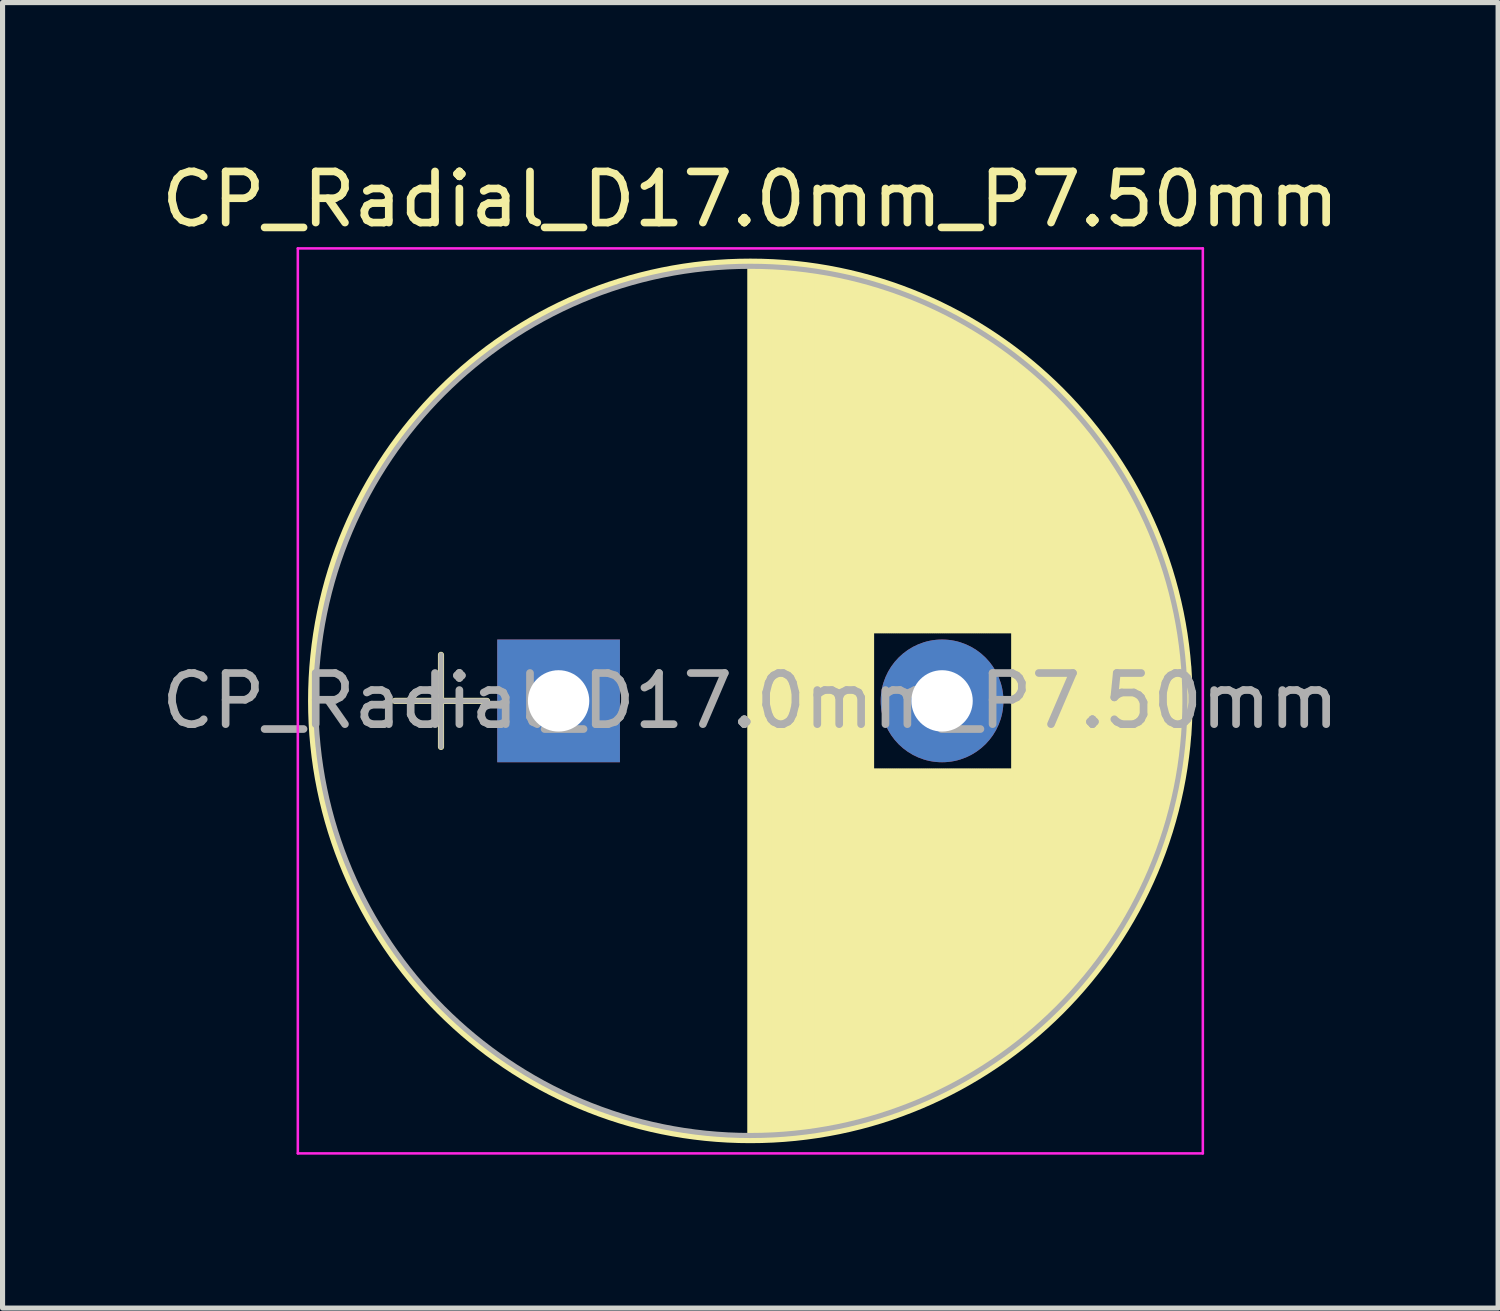
<source format=kicad_pcb>
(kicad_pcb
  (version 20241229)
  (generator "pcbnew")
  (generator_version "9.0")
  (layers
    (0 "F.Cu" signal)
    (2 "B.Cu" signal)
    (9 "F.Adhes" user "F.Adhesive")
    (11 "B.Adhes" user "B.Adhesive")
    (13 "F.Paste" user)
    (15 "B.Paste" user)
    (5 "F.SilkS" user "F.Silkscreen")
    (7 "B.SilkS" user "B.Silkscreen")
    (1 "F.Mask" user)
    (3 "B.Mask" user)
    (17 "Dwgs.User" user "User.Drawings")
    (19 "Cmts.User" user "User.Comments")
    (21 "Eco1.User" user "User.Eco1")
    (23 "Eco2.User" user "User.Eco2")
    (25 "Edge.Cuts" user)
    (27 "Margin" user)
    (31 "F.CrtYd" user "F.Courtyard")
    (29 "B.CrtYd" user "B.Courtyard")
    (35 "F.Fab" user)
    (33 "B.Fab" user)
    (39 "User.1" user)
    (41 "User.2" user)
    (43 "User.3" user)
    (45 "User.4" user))
  (footprint "CP_Radial_D17.0mm_P7.50mm"
    (layer "F.Cu")
    (at 7.875 10.658)
    (property "Reference" "CP_Radial_D17.0mm_P7.50mm" (at 3.75 -9.81 0) (layer "F.SilkS") (effects (font (size 1 1) (thickness 0.15))))
    (attr through_hole)
    (fp_line (start -3.2 0) (end -1.4 0) (stroke (width 0.12) (type solid)) (layer "F.SilkS"))
    (fp_line (start -2.3 -0.9) (end -2.3 0.9) (stroke (width 0.12) (type solid)) (layer "F.SilkS"))
    (fp_line (start 3.75 -8.55) (end 3.75 8.55) (stroke (width 0.12) (type solid)) (layer "F.SilkS"))
    (fp_line (start 3.79 -8.55) (end 3.79 8.55) (stroke (width 0.12) (type solid)) (layer "F.SilkS"))
    (fp_line (start 3.83 -8.55) (end 3.83 8.55) (stroke (width 0.12) (type solid)) (layer "F.SilkS"))
    (fp_line (start 3.87 -8.55) (end 3.87 8.55) (stroke (width 0.12) (type solid)) (layer "F.SilkS"))
    (fp_line (start 3.91 -8.549) (end 3.91 8.549) (stroke (width 0.12) (type solid)) (layer "F.SilkS"))
    (fp_line (start 3.95 -8.548) (end 3.95 8.548) (stroke (width 0.12) (type solid)) (layer "F.SilkS"))
    (fp_line (start 3.99 -8.547) (end 3.99 8.547) (stroke (width 0.12) (type solid)) (layer "F.SilkS"))
    (fp_line (start 4.03 -8.546) (end 4.03 8.546) (stroke (width 0.12) (type solid)) (layer "F.SilkS"))
    (fp_line (start 4.07 -8.545) (end 4.07 8.545) (stroke (width 0.12) (type solid)) (layer "F.SilkS"))
    (fp_line (start 4.11 -8.543) (end 4.11 8.543) (stroke (width 0.12) (type solid)) (layer "F.SilkS"))
    (fp_line (start 4.15 -8.541) (end 4.15 8.541) (stroke (width 0.12) (type solid)) (layer "F.SilkS"))
    (fp_line (start 4.19 -8.539) (end 4.19 8.539) (stroke (width 0.12) (type solid)) (layer "F.SilkS"))
    (fp_line (start 4.23 -8.537) (end 4.23 8.537) (stroke (width 0.12) (type solid)) (layer "F.SilkS"))
    (fp_line (start 4.27 -8.535) (end 4.27 8.535) (stroke (width 0.12) (type solid)) (layer "F.SilkS"))
    (fp_line (start 4.31 -8.532) (end 4.31 8.532) (stroke (width 0.12) (type solid)) (layer "F.SilkS"))
    (fp_line (start 4.35 -8.53) (end 4.35 8.53) (stroke (width 0.12) (type solid)) (layer "F.SilkS"))
    (fp_line (start 4.39 -8.527) (end 4.39 8.527) (stroke (width 0.12) (type solid)) (layer "F.SilkS"))
    (fp_line (start 4.43 -8.524) (end 4.43 8.524) (stroke (width 0.12) (type solid)) (layer "F.SilkS"))
    (fp_line (start 4.471 -8.52) (end 4.471 8.52) (stroke (width 0.12) (type solid)) (layer "F.SilkS"))
    (fp_line (start 4.511 -8.517) (end 4.511 8.517) (stroke (width 0.12) (type solid)) (layer "F.SilkS"))
    (fp_line (start 4.551 -8.513) (end 4.551 8.513) (stroke (width 0.12) (type solid)) (layer "F.SilkS"))
    (fp_line (start 4.591 -8.509) (end 4.591 8.509) (stroke (width 0.12) (type solid)) (layer "F.SilkS"))
    (fp_line (start 4.631 -8.505) (end 4.631 8.505) (stroke (width 0.12) (type solid)) (layer "F.SilkS"))
    (fp_line (start 4.671 -8.501) (end 4.671 8.501) (stroke (width 0.12) (type solid)) (layer "F.SilkS"))
    (fp_line (start 4.711 -8.497) (end 4.711 8.497) (stroke (width 0.12) (type solid)) (layer "F.SilkS"))
    (fp_line (start 4.751 -8.492) (end 4.751 8.492) (stroke (width 0.12) (type solid)) (layer "F.SilkS"))
    (fp_line (start 4.791 -8.487) (end 4.791 8.487) (stroke (width 0.12) (type solid)) (layer "F.SilkS"))
    (fp_line (start 4.831 -8.482) (end 4.831 8.482) (stroke (width 0.12) (type solid)) (layer "F.SilkS"))
    (fp_line (start 4.871 -8.477) (end 4.871 8.477) (stroke (width 0.12) (type solid)) (layer "F.SilkS"))
    (fp_line (start 4.911 -8.472) (end 4.911 8.472) (stroke (width 0.12) (type solid)) (layer "F.SilkS"))
    (fp_line (start 4.951 -8.466) (end 4.951 8.466) (stroke (width 0.12) (type solid)) (layer "F.SilkS"))
    (fp_line (start 4.991 -8.461) (end 4.991 8.461) (stroke (width 0.12) (type solid)) (layer "F.SilkS"))
    (fp_line (start 5.031 -8.455) (end 5.031 8.455) (stroke (width 0.12) (type solid)) (layer "F.SilkS"))
    (fp_line (start 5.071 -8.448) (end 5.071 8.448) (stroke (width 0.12) (type solid)) (layer "F.SilkS"))
    (fp_line (start 5.111 -8.442) (end 5.111 8.442) (stroke (width 0.12) (type solid)) (layer "F.SilkS"))
    (fp_line (start 5.151 -8.436) (end 5.151 8.436) (stroke (width 0.12) (type solid)) (layer "F.SilkS"))
    (fp_line (start 5.191 -8.429) (end 5.191 8.429) (stroke (width 0.12) (type solid)) (layer "F.SilkS"))
    (fp_line (start 5.231 -8.422) (end 5.231 8.422) (stroke (width 0.12) (type solid)) (layer "F.SilkS"))
    (fp_line (start 5.271 -8.415) (end 5.271 8.415) (stroke (width 0.12) (type solid)) (layer "F.SilkS"))
    (fp_line (start 5.311 -8.408) (end 5.311 8.408) (stroke (width 0.12) (type solid)) (layer "F.SilkS"))
    (fp_line (start 5.351 -8.4) (end 5.351 8.4) (stroke (width 0.12) (type solid)) (layer "F.SilkS"))
    (fp_line (start 5.391 -8.392) (end 5.391 8.392) (stroke (width 0.12) (type solid)) (layer "F.SilkS"))
    (fp_line (start 5.431 -8.385) (end 5.431 8.385) (stroke (width 0.12) (type solid)) (layer "F.SilkS"))
    (fp_line (start 5.471 -8.377) (end 5.471 8.377) (stroke (width 0.12) (type solid)) (layer "F.SilkS"))
    (fp_line (start 5.511 -8.368) (end 5.511 8.368) (stroke (width 0.12) (type solid)) (layer "F.SilkS"))
    (fp_line (start 5.551 -8.36) (end 5.551 8.36) (stroke (width 0.12) (type solid)) (layer "F.SilkS"))
    (fp_line (start 5.591 -8.351) (end 5.591 8.351) (stroke (width 0.12) (type solid)) (layer "F.SilkS"))
    (fp_line (start 5.631 -8.342) (end 5.631 8.342) (stroke (width 0.12) (type solid)) (layer "F.SilkS"))
    (fp_line (start 5.671 -8.333) (end 5.671 8.333) (stroke (width 0.12) (type solid)) (layer "F.SilkS"))
    (fp_line (start 5.711 -8.324) (end 5.711 8.324) (stroke (width 0.12) (type solid)) (layer "F.SilkS"))
    (fp_line (start 5.751 -8.314) (end 5.751 8.314) (stroke (width 0.12) (type solid)) (layer "F.SilkS"))
    (fp_line (start 5.791 -8.305) (end 5.791 8.305) (stroke (width 0.12) (type solid)) (layer "F.SilkS"))
    (fp_line (start 5.831 -8.295) (end 5.831 8.295) (stroke (width 0.12) (type solid)) (layer "F.SilkS"))
    (fp_line (start 5.871 -8.285) (end 5.871 8.285) (stroke (width 0.12) (type solid)) (layer "F.SilkS"))
    (fp_line (start 5.911 -8.274) (end 5.911 8.274) (stroke (width 0.12) (type solid)) (layer "F.SilkS"))
    (fp_line (start 5.951 -8.264) (end 5.951 8.264) (stroke (width 0.12) (type solid)) (layer "F.SilkS"))
    (fp_line (start 5.991 -8.253) (end 5.991 8.253) (stroke (width 0.12) (type solid)) (layer "F.SilkS"))
    (fp_line (start 6.031 -8.242) (end 6.031 8.242) (stroke (width 0.12) (type solid)) (layer "F.SilkS"))
    (fp_line (start 6.071 -8.231) (end 6.071 8.231) (stroke (width 0.12) (type solid)) (layer "F.SilkS"))
    (fp_line (start 6.111 -8.22) (end 6.111 8.22) (stroke (width 0.12) (type solid)) (layer "F.SilkS"))
    (fp_line (start 6.151 -8.208) (end 6.151 -1.38) (stroke (width 0.12) (type solid)) (layer "F.SilkS"))
    (fp_line (start 6.151 1.38) (end 6.151 8.208) (stroke (width 0.12) (type solid)) (layer "F.SilkS"))
    (fp_line (start 6.191 -8.197) (end 6.191 -1.38) (stroke (width 0.12) (type solid)) (layer "F.SilkS"))
    (fp_line (start 6.191 1.38) (end 6.191 8.197) (stroke (width 0.12) (type solid)) (layer "F.SilkS"))
    (fp_line (start 6.231 -8.185) (end 6.231 -1.38) (stroke (width 0.12) (type solid)) (layer "F.SilkS"))
    (fp_line (start 6.231 1.38) (end 6.231 8.185) (stroke (width 0.12) (type solid)) (layer "F.SilkS"))
    (fp_line (start 6.271 -8.173) (end 6.271 -1.38) (stroke (width 0.12) (type solid)) (layer "F.SilkS"))
    (fp_line (start 6.271 1.38) (end 6.271 8.173) (stroke (width 0.12) (type solid)) (layer "F.SilkS"))
    (fp_line (start 6.311 -8.16) (end 6.311 -1.38) (stroke (width 0.12) (type solid)) (layer "F.SilkS"))
    (fp_line (start 6.311 1.38) (end 6.311 8.16) (stroke (width 0.12) (type solid)) (layer "F.SilkS"))
    (fp_line (start 6.351 -8.148) (end 6.351 -1.38) (stroke (width 0.12) (type solid)) (layer "F.SilkS"))
    (fp_line (start 6.351 1.38) (end 6.351 8.148) (stroke (width 0.12) (type solid)) (layer "F.SilkS"))
    (fp_line (start 6.391 -8.135) (end 6.391 -1.38) (stroke (width 0.12) (type solid)) (layer "F.SilkS"))
    (fp_line (start 6.391 1.38) (end 6.391 8.135) (stroke (width 0.12) (type solid)) (layer "F.SilkS"))
    (fp_line (start 6.431 -8.122) (end 6.431 -1.38) (stroke (width 0.12) (type solid)) (layer "F.SilkS"))
    (fp_line (start 6.431 1.38) (end 6.431 8.122) (stroke (width 0.12) (type solid)) (layer "F.SilkS"))
    (fp_line (start 6.471 -8.108) (end 6.471 -1.38) (stroke (width 0.12) (type solid)) (layer "F.SilkS"))
    (fp_line (start 6.471 1.38) (end 6.471 8.108) (stroke (width 0.12) (type solid)) (layer "F.SilkS"))
    (fp_line (start 6.511 -8.095) (end 6.511 -1.38) (stroke (width 0.12) (type solid)) (layer "F.SilkS"))
    (fp_line (start 6.511 1.38) (end 6.511 8.095) (stroke (width 0.12) (type solid)) (layer "F.SilkS"))
    (fp_line (start 6.551 -8.081) (end 6.551 -1.38) (stroke (width 0.12) (type solid)) (layer "F.SilkS"))
    (fp_line (start 6.551 1.38) (end 6.551 8.081) (stroke (width 0.12) (type solid)) (layer "F.SilkS"))
    (fp_line (start 6.591 -8.067) (end 6.591 -1.38) (stroke (width 0.12) (type solid)) (layer "F.SilkS"))
    (fp_line (start 6.591 1.38) (end 6.591 8.067) (stroke (width 0.12) (type solid)) (layer "F.SilkS"))
    (fp_line (start 6.631 -8.053) (end 6.631 -1.38) (stroke (width 0.12) (type solid)) (layer "F.SilkS"))
    (fp_line (start 6.631 1.38) (end 6.631 8.053) (stroke (width 0.12) (type solid)) (layer "F.SilkS"))
    (fp_line (start 6.671 -8.039) (end 6.671 -1.38) (stroke (width 0.12) (type solid)) (layer "F.SilkS"))
    (fp_line (start 6.671 1.38) (end 6.671 8.039) (stroke (width 0.12) (type solid)) (layer "F.SilkS"))
    (fp_line (start 6.711 -8.024) (end 6.711 -1.38) (stroke (width 0.12) (type solid)) (layer "F.SilkS"))
    (fp_line (start 6.711 1.38) (end 6.711 8.024) (stroke (width 0.12) (type solid)) (layer "F.SilkS"))
    (fp_line (start 6.751 -8.01) (end 6.751 -1.38) (stroke (width 0.12) (type solid)) (layer "F.SilkS"))
    (fp_line (start 6.751 1.38) (end 6.751 8.01) (stroke (width 0.12) (type solid)) (layer "F.SilkS"))
    (fp_line (start 6.791 -7.995) (end 6.791 -1.38) (stroke (width 0.12) (type solid)) (layer "F.SilkS"))
    (fp_line (start 6.791 1.38) (end 6.791 7.995) (stroke (width 0.12) (type solid)) (layer "F.SilkS"))
    (fp_line (start 6.831 -7.979) (end 6.831 -1.38) (stroke (width 0.12) (type solid)) (layer "F.SilkS"))
    (fp_line (start 6.831 1.38) (end 6.831 7.979) (stroke (width 0.12) (type solid)) (layer "F.SilkS"))
    (fp_line (start 6.871 -7.964) (end 6.871 -1.38) (stroke (width 0.12) (type solid)) (layer "F.SilkS"))
    (fp_line (start 6.871 1.38) (end 6.871 7.964) (stroke (width 0.12) (type solid)) (layer "F.SilkS"))
    (fp_line (start 6.911 -7.948) (end 6.911 -1.38) (stroke (width 0.12) (type solid)) (layer "F.SilkS"))
    (fp_line (start 6.911 1.38) (end 6.911 7.948) (stroke (width 0.12) (type solid)) (layer "F.SilkS"))
    (fp_line (start 6.951 -7.932) (end 6.951 -1.38) (stroke (width 0.12) (type solid)) (layer "F.SilkS"))
    (fp_line (start 6.951 1.38) (end 6.951 7.932) (stroke (width 0.12) (type solid)) (layer "F.SilkS"))
    (fp_line (start 6.991 -7.916) (end 6.991 -1.38) (stroke (width 0.12) (type solid)) (layer "F.SilkS"))
    (fp_line (start 6.991 1.38) (end 6.991 7.916) (stroke (width 0.12) (type solid)) (layer "F.SilkS"))
    (fp_line (start 7.031 -7.9) (end 7.031 -1.38) (stroke (width 0.12) (type solid)) (layer "F.SilkS"))
    (fp_line (start 7.031 1.38) (end 7.031 7.9) (stroke (width 0.12) (type solid)) (layer "F.SilkS"))
    (fp_line (start 7.071 -7.883) (end 7.071 -1.38) (stroke (width 0.12) (type solid)) (layer "F.SilkS"))
    (fp_line (start 7.071 1.38) (end 7.071 7.883) (stroke (width 0.12) (type solid)) (layer "F.SilkS"))
    (fp_line (start 7.111 -7.866) (end 7.111 -1.38) (stroke (width 0.12) (type solid)) (layer "F.SilkS"))
    (fp_line (start 7.111 1.38) (end 7.111 7.866) (stroke (width 0.12) (type solid)) (layer "F.SilkS"))
    (fp_line (start 7.151 -7.849) (end 7.151 -1.38) (stroke (width 0.12) (type solid)) (layer "F.SilkS"))
    (fp_line (start 7.151 1.38) (end 7.151 7.849) (stroke (width 0.12) (type solid)) (layer "F.SilkS"))
    (fp_line (start 7.191 -7.832) (end 7.191 -1.38) (stroke (width 0.12) (type solid)) (layer "F.SilkS"))
    (fp_line (start 7.191 1.38) (end 7.191 7.832) (stroke (width 0.12) (type solid)) (layer "F.SilkS"))
    (fp_line (start 7.231 -7.814) (end 7.231 -1.38) (stroke (width 0.12) (type solid)) (layer "F.SilkS"))
    (fp_line (start 7.231 1.38) (end 7.231 7.814) (stroke (width 0.12) (type solid)) (layer "F.SilkS"))
    (fp_line (start 7.271 -7.796) (end 7.271 -1.38) (stroke (width 0.12) (type solid)) (layer "F.SilkS"))
    (fp_line (start 7.271 1.38) (end 7.271 7.796) (stroke (width 0.12) (type solid)) (layer "F.SilkS"))
    (fp_line (start 7.311 -7.778) (end 7.311 -1.38) (stroke (width 0.12) (type solid)) (layer "F.SilkS"))
    (fp_line (start 7.311 1.38) (end 7.311 7.778) (stroke (width 0.12) (type solid)) (layer "F.SilkS"))
    (fp_line (start 7.351 -7.76) (end 7.351 -1.38) (stroke (width 0.12) (type solid)) (layer "F.SilkS"))
    (fp_line (start 7.351 1.38) (end 7.351 7.76) (stroke (width 0.12) (type solid)) (layer "F.SilkS"))
    (fp_line (start 7.391 -7.741) (end 7.391 -1.38) (stroke (width 0.12) (type solid)) (layer "F.SilkS"))
    (fp_line (start 7.391 1.38) (end 7.391 7.741) (stroke (width 0.12) (type solid)) (layer "F.SilkS"))
    (fp_line (start 7.431 -7.722) (end 7.431 -1.38) (stroke (width 0.12) (type solid)) (layer "F.SilkS"))
    (fp_line (start 7.431 1.38) (end 7.431 7.722) (stroke (width 0.12) (type solid)) (layer "F.SilkS"))
    (fp_line (start 7.471 -7.703) (end 7.471 -1.38) (stroke (width 0.12) (type solid)) (layer "F.SilkS"))
    (fp_line (start 7.471 1.38) (end 7.471 7.703) (stroke (width 0.12) (type solid)) (layer "F.SilkS"))
    (fp_line (start 7.511 -7.684) (end 7.511 -1.38) (stroke (width 0.12) (type solid)) (layer "F.SilkS"))
    (fp_line (start 7.511 1.38) (end 7.511 7.684) (stroke (width 0.12) (type solid)) (layer "F.SilkS"))
    (fp_line (start 7.551 -7.664) (end 7.551 -1.38) (stroke (width 0.12) (type solid)) (layer "F.SilkS"))
    (fp_line (start 7.551 1.38) (end 7.551 7.664) (stroke (width 0.12) (type solid)) (layer "F.SilkS"))
    (fp_line (start 7.591 -7.644) (end 7.591 -1.38) (stroke (width 0.12) (type solid)) (layer "F.SilkS"))
    (fp_line (start 7.591 1.38) (end 7.591 7.644) (stroke (width 0.12) (type solid)) (layer "F.SilkS"))
    (fp_line (start 7.631 -7.624) (end 7.631 -1.38) (stroke (width 0.12) (type solid)) (layer "F.SilkS"))
    (fp_line (start 7.631 1.38) (end 7.631 7.624) (stroke (width 0.12) (type solid)) (layer "F.SilkS"))
    (fp_line (start 7.671 -7.604) (end 7.671 -1.38) (stroke (width 0.12) (type solid)) (layer "F.SilkS"))
    (fp_line (start 7.671 1.38) (end 7.671 7.604) (stroke (width 0.12) (type solid)) (layer "F.SilkS"))
    (fp_line (start 7.711 -7.583) (end 7.711 -1.38) (stroke (width 0.12) (type solid)) (layer "F.SilkS"))
    (fp_line (start 7.711 1.38) (end 7.711 7.583) (stroke (width 0.12) (type solid)) (layer "F.SilkS"))
    (fp_line (start 7.751 -7.562) (end 7.751 -1.38) (stroke (width 0.12) (type solid)) (layer "F.SilkS"))
    (fp_line (start 7.751 1.38) (end 7.751 7.562) (stroke (width 0.12) (type solid)) (layer "F.SilkS"))
    (fp_line (start 7.791 -7.541) (end 7.791 -1.38) (stroke (width 0.12) (type solid)) (layer "F.SilkS"))
    (fp_line (start 7.791 1.38) (end 7.791 7.541) (stroke (width 0.12) (type solid)) (layer "F.SilkS"))
    (fp_line (start 7.831 -7.52) (end 7.831 -1.38) (stroke (width 0.12) (type solid)) (layer "F.SilkS"))
    (fp_line (start 7.831 1.38) (end 7.831 7.52) (stroke (width 0.12) (type solid)) (layer "F.SilkS"))
    (fp_line (start 7.871 -7.498) (end 7.871 -1.38) (stroke (width 0.12) (type solid)) (layer "F.SilkS"))
    (fp_line (start 7.871 1.38) (end 7.871 7.498) (stroke (width 0.12) (type solid)) (layer "F.SilkS"))
    (fp_line (start 7.911 -7.476) (end 7.911 -1.38) (stroke (width 0.12) (type solid)) (layer "F.SilkS"))
    (fp_line (start 7.911 1.38) (end 7.911 7.476) (stroke (width 0.12) (type solid)) (layer "F.SilkS"))
    (fp_line (start 7.951 -7.454) (end 7.951 -1.38) (stroke (width 0.12) (type solid)) (layer "F.SilkS"))
    (fp_line (start 7.951 1.38) (end 7.951 7.454) (stroke (width 0.12) (type solid)) (layer "F.SilkS"))
    (fp_line (start 7.991 -7.431) (end 7.991 -1.38) (stroke (width 0.12) (type solid)) (layer "F.SilkS"))
    (fp_line (start 7.991 1.38) (end 7.991 7.431) (stroke (width 0.12) (type solid)) (layer "F.SilkS"))
    (fp_line (start 8.031 -7.408) (end 8.031 -1.38) (stroke (width 0.12) (type solid)) (layer "F.SilkS"))
    (fp_line (start 8.031 1.38) (end 8.031 7.408) (stroke (width 0.12) (type solid)) (layer "F.SilkS"))
    (fp_line (start 8.071 -7.385) (end 8.071 -1.38) (stroke (width 0.12) (type solid)) (layer "F.SilkS"))
    (fp_line (start 8.071 1.38) (end 8.071 7.385) (stroke (width 0.12) (type solid)) (layer "F.SilkS"))
    (fp_line (start 8.111 -7.362) (end 8.111 -1.38) (stroke (width 0.12) (type solid)) (layer "F.SilkS"))
    (fp_line (start 8.111 1.38) (end 8.111 7.362) (stroke (width 0.12) (type solid)) (layer "F.SilkS"))
    (fp_line (start 8.151 -7.338) (end 8.151 -1.38) (stroke (width 0.12) (type solid)) (layer "F.SilkS"))
    (fp_line (start 8.151 1.38) (end 8.151 7.338) (stroke (width 0.12) (type solid)) (layer "F.SilkS"))
    (fp_line (start 8.191 -7.314) (end 8.191 -1.38) (stroke (width 0.12) (type solid)) (layer "F.SilkS"))
    (fp_line (start 8.191 1.38) (end 8.191 7.314) (stroke (width 0.12) (type solid)) (layer "F.SilkS"))
    (fp_line (start 8.231 -7.29) (end 8.231 -1.38) (stroke (width 0.12) (type solid)) (layer "F.SilkS"))
    (fp_line (start 8.231 1.38) (end 8.231 7.29) (stroke (width 0.12) (type solid)) (layer "F.SilkS"))
    (fp_line (start 8.271 -7.265) (end 8.271 -1.38) (stroke (width 0.12) (type solid)) (layer "F.SilkS"))
    (fp_line (start 8.271 1.38) (end 8.271 7.265) (stroke (width 0.12) (type solid)) (layer "F.SilkS"))
    (fp_line (start 8.311 -7.24) (end 8.311 -1.38) (stroke (width 0.12) (type solid)) (layer "F.SilkS"))
    (fp_line (start 8.311 1.38) (end 8.311 7.24) (stroke (width 0.12) (type solid)) (layer "F.SilkS"))
    (fp_line (start 8.351 -7.215) (end 8.351 -1.38) (stroke (width 0.12) (type solid)) (layer "F.SilkS"))
    (fp_line (start 8.351 1.38) (end 8.351 7.215) (stroke (width 0.12) (type solid)) (layer "F.SilkS"))
    (fp_line (start 8.391 -7.19) (end 8.391 -1.38) (stroke (width 0.12) (type solid)) (layer "F.SilkS"))
    (fp_line (start 8.391 1.38) (end 8.391 7.19) (stroke (width 0.12) (type solid)) (layer "F.SilkS"))
    (fp_line (start 8.431 -7.164) (end 8.431 -1.38) (stroke (width 0.12) (type solid)) (layer "F.SilkS"))
    (fp_line (start 8.431 1.38) (end 8.431 7.164) (stroke (width 0.12) (type solid)) (layer "F.SilkS"))
    (fp_line (start 8.471 -7.138) (end 8.471 -1.38) (stroke (width 0.12) (type solid)) (layer "F.SilkS"))
    (fp_line (start 8.471 1.38) (end 8.471 7.138) (stroke (width 0.12) (type solid)) (layer "F.SilkS"))
    (fp_line (start 8.511 -7.111) (end 8.511 -1.38) (stroke (width 0.12) (type solid)) (layer "F.SilkS"))
    (fp_line (start 8.511 1.38) (end 8.511 7.111) (stroke (width 0.12) (type solid)) (layer "F.SilkS"))
    (fp_line (start 8.551 -7.084) (end 8.551 -1.38) (stroke (width 0.12) (type solid)) (layer "F.SilkS"))
    (fp_line (start 8.551 1.38) (end 8.551 7.084) (stroke (width 0.12) (type solid)) (layer "F.SilkS"))
    (fp_line (start 8.591 -7.057) (end 8.591 -1.38) (stroke (width 0.12) (type solid)) (layer "F.SilkS"))
    (fp_line (start 8.591 1.38) (end 8.591 7.057) (stroke (width 0.12) (type solid)) (layer "F.SilkS"))
    (fp_line (start 8.631 -7.03) (end 8.631 -1.38) (stroke (width 0.12) (type solid)) (layer "F.SilkS"))
    (fp_line (start 8.631 1.38) (end 8.631 7.03) (stroke (width 0.12) (type solid)) (layer "F.SilkS"))
    (fp_line (start 8.671 -7.002) (end 8.671 -1.38) (stroke (width 0.12) (type solid)) (layer "F.SilkS"))
    (fp_line (start 8.671 1.38) (end 8.671 7.002) (stroke (width 0.12) (type solid)) (layer "F.SilkS"))
    (fp_line (start 8.711 -6.974) (end 8.711 -1.38) (stroke (width 0.12) (type solid)) (layer "F.SilkS"))
    (fp_line (start 8.711 1.38) (end 8.711 6.974) (stroke (width 0.12) (type solid)) (layer "F.SilkS"))
    (fp_line (start 8.751 -6.945) (end 8.751 -1.38) (stroke (width 0.12) (type solid)) (layer "F.SilkS"))
    (fp_line (start 8.751 1.38) (end 8.751 6.945) (stroke (width 0.12) (type solid)) (layer "F.SilkS"))
    (fp_line (start 8.791 -6.917) (end 8.791 -1.38) (stroke (width 0.12) (type solid)) (layer "F.SilkS"))
    (fp_line (start 8.791 1.38) (end 8.791 6.917) (stroke (width 0.12) (type solid)) (layer "F.SilkS"))
    (fp_line (start 8.831 -6.887) (end 8.831 -1.38) (stroke (width 0.12) (type solid)) (layer "F.SilkS"))
    (fp_line (start 8.831 1.38) (end 8.831 6.887) (stroke (width 0.12) (type solid)) (layer "F.SilkS"))
    (fp_line (start 8.871 -6.858) (end 8.871 -1.38) (stroke (width 0.12) (type solid)) (layer "F.SilkS"))
    (fp_line (start 8.871 1.38) (end 8.871 6.858) (stroke (width 0.12) (type solid)) (layer "F.SilkS"))
    (fp_line (start 8.911 -6.828) (end 8.911 6.828) (stroke (width 0.12) (type solid)) (layer "F.SilkS"))
    (fp_line (start 8.951 -6.798) (end 8.951 6.798) (stroke (width 0.12) (type solid)) (layer "F.SilkS"))
    (fp_line (start 8.991 -6.767) (end 8.991 6.767) (stroke (width 0.12) (type solid)) (layer "F.SilkS"))
    (fp_line (start 9.031 -6.736) (end 9.031 6.736) (stroke (width 0.12) (type solid)) (layer "F.SilkS"))
    (fp_line (start 9.071 -6.705) (end 9.071 6.705) (stroke (width 0.12) (type solid)) (layer "F.SilkS"))
    (fp_line (start 9.111 -6.673) (end 9.111 6.673) (stroke (width 0.12) (type solid)) (layer "F.SilkS"))
    (fp_line (start 9.151 -6.641) (end 9.151 6.641) (stroke (width 0.12) (type solid)) (layer "F.SilkS"))
    (fp_line (start 9.191 -6.608) (end 9.191 6.608) (stroke (width 0.12) (type solid)) (layer "F.SilkS"))
    (fp_line (start 9.231 -6.575) (end 9.231 6.575) (stroke (width 0.12) (type solid)) (layer "F.SilkS"))
    (fp_line (start 9.271 -6.542) (end 9.271 6.542) (stroke (width 0.12) (type solid)) (layer "F.SilkS"))
    (fp_line (start 9.311 -6.508) (end 9.311 6.508) (stroke (width 0.12) (type solid)) (layer "F.SilkS"))
    (fp_line (start 9.351 -6.474) (end 9.351 6.474) (stroke (width 0.12) (type solid)) (layer "F.SilkS"))
    (fp_line (start 9.391 -6.44) (end 9.391 6.44) (stroke (width 0.12) (type solid)) (layer "F.SilkS"))
    (fp_line (start 9.431 -6.405) (end 9.431 6.405) (stroke (width 0.12) (type solid)) (layer "F.SilkS"))
    (fp_line (start 9.471 -6.369) (end 9.471 6.369) (stroke (width 0.12) (type solid)) (layer "F.SilkS"))
    (fp_line (start 9.511 -6.333) (end 9.511 6.333) (stroke (width 0.12) (type solid)) (layer "F.SilkS"))
    (fp_line (start 9.551 -6.297) (end 9.551 6.297) (stroke (width 0.12) (type solid)) (layer "F.SilkS"))
    (fp_line (start 9.591 -6.26) (end 9.591 6.26) (stroke (width 0.12) (type solid)) (layer "F.SilkS"))
    (fp_line (start 9.631 -6.223) (end 9.631 6.223) (stroke (width 0.12) (type solid)) (layer "F.SilkS"))
    (fp_line (start 9.671 -6.185) (end 9.671 6.185) (stroke (width 0.12) (type solid)) (layer "F.SilkS"))
    (fp_line (start 9.711 -6.146) (end 9.711 6.146) (stroke (width 0.12) (type solid)) (layer "F.SilkS"))
    (fp_line (start 9.751 -6.108) (end 9.751 6.108) (stroke (width 0.12) (type solid)) (layer "F.SilkS"))
    (fp_line (start 9.791 -6.068) (end 9.791 6.068) (stroke (width 0.12) (type solid)) (layer "F.SilkS"))
    (fp_line (start 9.831 -6.029) (end 9.831 6.029) (stroke (width 0.12) (type solid)) (layer "F.SilkS"))
    (fp_line (start 9.871 -5.988) (end 9.871 5.988) (stroke (width 0.12) (type solid)) (layer "F.SilkS"))
    (fp_line (start 9.911 -5.947) (end 9.911 5.947) (stroke (width 0.12) (type solid)) (layer "F.SilkS"))
    (fp_line (start 9.951 -5.906) (end 9.951 5.906) (stroke (width 0.12) (type solid)) (layer "F.SilkS"))
    (fp_line (start 9.991 -5.864) (end 9.991 5.864) (stroke (width 0.12) (type solid)) (layer "F.SilkS"))
    (fp_line (start 10.031 -5.821) (end 10.031 5.821) (stroke (width 0.12) (type solid)) (layer "F.SilkS"))
    (fp_line (start 10.071 -5.778) (end 10.071 5.778) (stroke (width 0.12) (type solid)) (layer "F.SilkS"))
    (fp_line (start 10.111 -5.734) (end 10.111 5.734) (stroke (width 0.12) (type solid)) (layer "F.SilkS"))
    (fp_line (start 10.151 -5.69) (end 10.151 5.69) (stroke (width 0.12) (type solid)) (layer "F.SilkS"))
    (fp_line (start 10.191 -5.645) (end 10.191 5.645) (stroke (width 0.12) (type solid)) (layer "F.SilkS"))
    (fp_line (start 10.231 -5.599) (end 10.231 5.599) (stroke (width 0.12) (type solid)) (layer "F.SilkS"))
    (fp_line (start 10.271 -5.553) (end 10.271 5.553) (stroke (width 0.12) (type solid)) (layer "F.SilkS"))
    (fp_line (start 10.311 -5.506) (end 10.311 5.506) (stroke (width 0.12) (type solid)) (layer "F.SilkS"))
    (fp_line (start 10.351 -5.459) (end 10.351 5.459) (stroke (width 0.12) (type solid)) (layer "F.SilkS"))
    (fp_line (start 10.391 -5.41) (end 10.391 5.41) (stroke (width 0.12) (type solid)) (layer "F.SilkS"))
    (fp_line (start 10.431 -5.361) (end 10.431 5.361) (stroke (width 0.12) (type solid)) (layer "F.SilkS"))
    (fp_line (start 10.471 -5.311) (end 10.471 5.311) (stroke (width 0.12) (type solid)) (layer "F.SilkS"))
    (fp_line (start 10.511 -5.261) (end 10.511 5.261) (stroke (width 0.12) (type solid)) (layer "F.SilkS"))
    (fp_line (start 10.551 -5.209) (end 10.551 5.209) (stroke (width 0.12) (type solid)) (layer "F.SilkS"))
    (fp_line (start 10.591 -5.157) (end 10.591 5.157) (stroke (width 0.12) (type solid)) (layer "F.SilkS"))
    (fp_line (start 10.631 -5.104) (end 10.631 5.104) (stroke (width 0.12) (type solid)) (layer "F.SilkS"))
    (fp_line (start 10.671 -5.05) (end 10.671 5.05) (stroke (width 0.12) (type solid)) (layer "F.SilkS"))
    (fp_line (start 10.711 -4.995) (end 10.711 4.995) (stroke (width 0.12) (type solid)) (layer "F.SilkS"))
    (fp_line (start 10.751 -4.939) (end 10.751 4.939) (stroke (width 0.12) (type solid)) (layer "F.SilkS"))
    (fp_line (start 10.791 -4.883) (end 10.791 4.883) (stroke (width 0.12) (type solid)) (layer "F.SilkS"))
    (fp_line (start 10.831 -4.825) (end 10.831 4.825) (stroke (width 0.12) (type solid)) (layer "F.SilkS"))
    (fp_line (start 10.871 -4.766) (end 10.871 4.766) (stroke (width 0.12) (type solid)) (layer "F.SilkS"))
    (fp_line (start 10.911 -4.706) (end 10.911 4.706) (stroke (width 0.12) (type solid)) (layer "F.SilkS"))
    (fp_line (start 10.951 -4.645) (end 10.951 4.645) (stroke (width 0.12) (type solid)) (layer "F.SilkS"))
    (fp_line (start 10.991 -4.583) (end 10.991 4.583) (stroke (width 0.12) (type solid)) (layer "F.SilkS"))
    (fp_line (start 11.031 -4.52) (end 11.031 4.52) (stroke (width 0.12) (type solid)) (layer "F.SilkS"))
    (fp_line (start 11.071 -4.456) (end 11.071 4.456) (stroke (width 0.12) (type solid)) (layer "F.SilkS"))
    (fp_line (start 11.111 -4.39) (end 11.111 4.39) (stroke (width 0.12) (type solid)) (layer "F.SilkS"))
    (fp_line (start 11.151 -4.323) (end 11.151 4.323) (stroke (width 0.12) (type solid)) (layer "F.SilkS"))
    (fp_line (start 11.191 -4.254) (end 11.191 4.254) (stroke (width 0.12) (type solid)) (layer "F.SilkS"))
    (fp_line (start 11.231 -4.184) (end 11.231 4.184) (stroke (width 0.12) (type solid)) (layer "F.SilkS"))
    (fp_line (start 11.271 -4.112) (end 11.271 4.112) (stroke (width 0.12) (type solid)) (layer "F.SilkS"))
    (fp_line (start 11.311 -4.039) (end 11.311 4.039) (stroke (width 0.12) (type solid)) (layer "F.SilkS"))
    (fp_line (start 11.351 -3.964) (end 11.351 3.964) (stroke (width 0.12) (type solid)) (layer "F.SilkS"))
    (fp_line (start 11.391 -3.887) (end 11.391 3.887) (stroke (width 0.12) (type solid)) (layer "F.SilkS"))
    (fp_line (start 11.431 -3.808) (end 11.431 3.808) (stroke (width 0.12) (type solid)) (layer "F.SilkS"))
    (fp_line (start 11.471 -3.727) (end 11.471 3.727) (stroke (width 0.12) (type solid)) (layer "F.SilkS"))
    (fp_line (start 11.511 -3.644) (end 11.511 3.644) (stroke (width 0.12) (type solid)) (layer "F.SilkS"))
    (fp_line (start 11.551 -3.559) (end 11.551 3.559) (stroke (width 0.12) (type solid)) (layer "F.SilkS"))
    (fp_line (start 11.591 -3.471) (end 11.591 3.471) (stroke (width 0.12) (type solid)) (layer "F.SilkS"))
    (fp_line (start 11.631 -3.38) (end 11.631 3.38) (stroke (width 0.12) (type solid)) (layer "F.SilkS"))
    (fp_line (start 11.671 -3.286) (end 11.671 3.286) (stroke (width 0.12) (type solid)) (layer "F.SilkS"))
    (fp_line (start 11.711 -3.19) (end 11.711 3.19) (stroke (width 0.12) (type solid)) (layer "F.SilkS"))
    (fp_line (start 11.751 -3.089) (end 11.751 3.089) (stroke (width 0.12) (type solid)) (layer "F.SilkS"))
    (fp_line (start 11.791 -2.985) (end 11.791 2.985) (stroke (width 0.12) (type solid)) (layer "F.SilkS"))
    (fp_line (start 11.831 -2.876) (end 11.831 2.876) (stroke (width 0.12) (type solid)) (layer "F.SilkS"))
    (fp_line (start 11.871 -2.763) (end 11.871 2.763) (stroke (width 0.12) (type solid)) (layer "F.SilkS"))
    (fp_line (start 11.911 -2.644) (end 11.911 2.644) (stroke (width 0.12) (type solid)) (layer "F.SilkS"))
    (fp_line (start 11.95 -2.519) (end 11.95 2.519) (stroke (width 0.12) (type solid)) (layer "F.SilkS"))
    (fp_line (start 11.99 -2.388) (end 11.99 2.388) (stroke (width 0.12) (type solid)) (layer "F.SilkS"))
    (fp_line (start 12.03 -2.247) (end 12.03 2.247) (stroke (width 0.12) (type solid)) (layer "F.SilkS"))
    (fp_line (start 12.07 -2.097) (end 12.07 2.097) (stroke (width 0.12) (type solid)) (layer "F.SilkS"))
    (fp_line (start 12.11 -1.935) (end 12.11 1.935) (stroke (width 0.12) (type solid)) (layer "F.SilkS"))
    (fp_line (start 12.15 -1.757) (end 12.15 1.757) (stroke (width 0.12) (type solid)) (layer "F.SilkS"))
    (fp_line (start 12.19 -1.559) (end 12.19 1.559) (stroke (width 0.12) (type solid)) (layer "F.SilkS"))
    (fp_line (start 12.23 -1.331) (end 12.23 1.331) (stroke (width 0.12) (type solid)) (layer "F.SilkS"))
    (fp_line (start 12.27 -1.055) (end 12.27 1.055) (stroke (width 0.12) (type solid)) (layer "F.SilkS"))
    (fp_line (start 12.31 -0.678) (end 12.31 0.678) (stroke (width 0.12) (type solid)) (layer "F.SilkS"))
    (fp_circle (center 3.75 0) (end 12.34 0) (stroke (width 0.12) (type solid)) (fill no) (layer "F.SilkS"))
    (fp_line (start -5.1 -8.85) (end -5.1 8.85) (stroke (width 0.05) (type solid)) (layer "F.CrtYd"))
    (fp_line (start -5.1 8.85) (end 12.6 8.85) (stroke (width 0.05) (type solid)) (layer "F.CrtYd"))
    (fp_line (start 12.6 -8.85) (end -5.1 -8.85) (stroke (width 0.05) (type solid)) (layer "F.CrtYd"))
    (fp_line (start 12.6 8.85) (end 12.6 -8.85) (stroke (width 0.05) (type solid)) (layer "F.CrtYd"))
    (fp_line (start -3.2 0) (end -1.4 0) (stroke (width 0.1) (type solid)) (layer "F.Fab"))
    (fp_line (start -2.3 -0.9) (end -2.3 0.9) (stroke (width 0.1) (type solid)) (layer "F.Fab"))
    (fp_circle (center 3.75 0) (end 12.25 0) (stroke (width 0.1) (type solid)) (fill no) (layer "F.Fab"))
    (fp_text user "${REFERENCE}" (at 3.75 0 0) (layer "F.Fab") (effects (font (size 1 1) (thickness 0.15))))
    (pad "1" thru_hole rect (at 0 0) (size 2.4 2.4) (drill 1.2) (layers "*.Cu" "*.Mask"))
    (pad "2" thru_hole circle (at 7.5 0) (size 2.4 2.4) (drill 1.2) (layers "*.Cu" "*.Mask")))
  (gr_rect
    (start -3 -3)
    (end 26.25 22.533)
    (stroke (width 0.1) (type default))
    (fill no)
    (layer "Edge.Cuts")))
</source>
